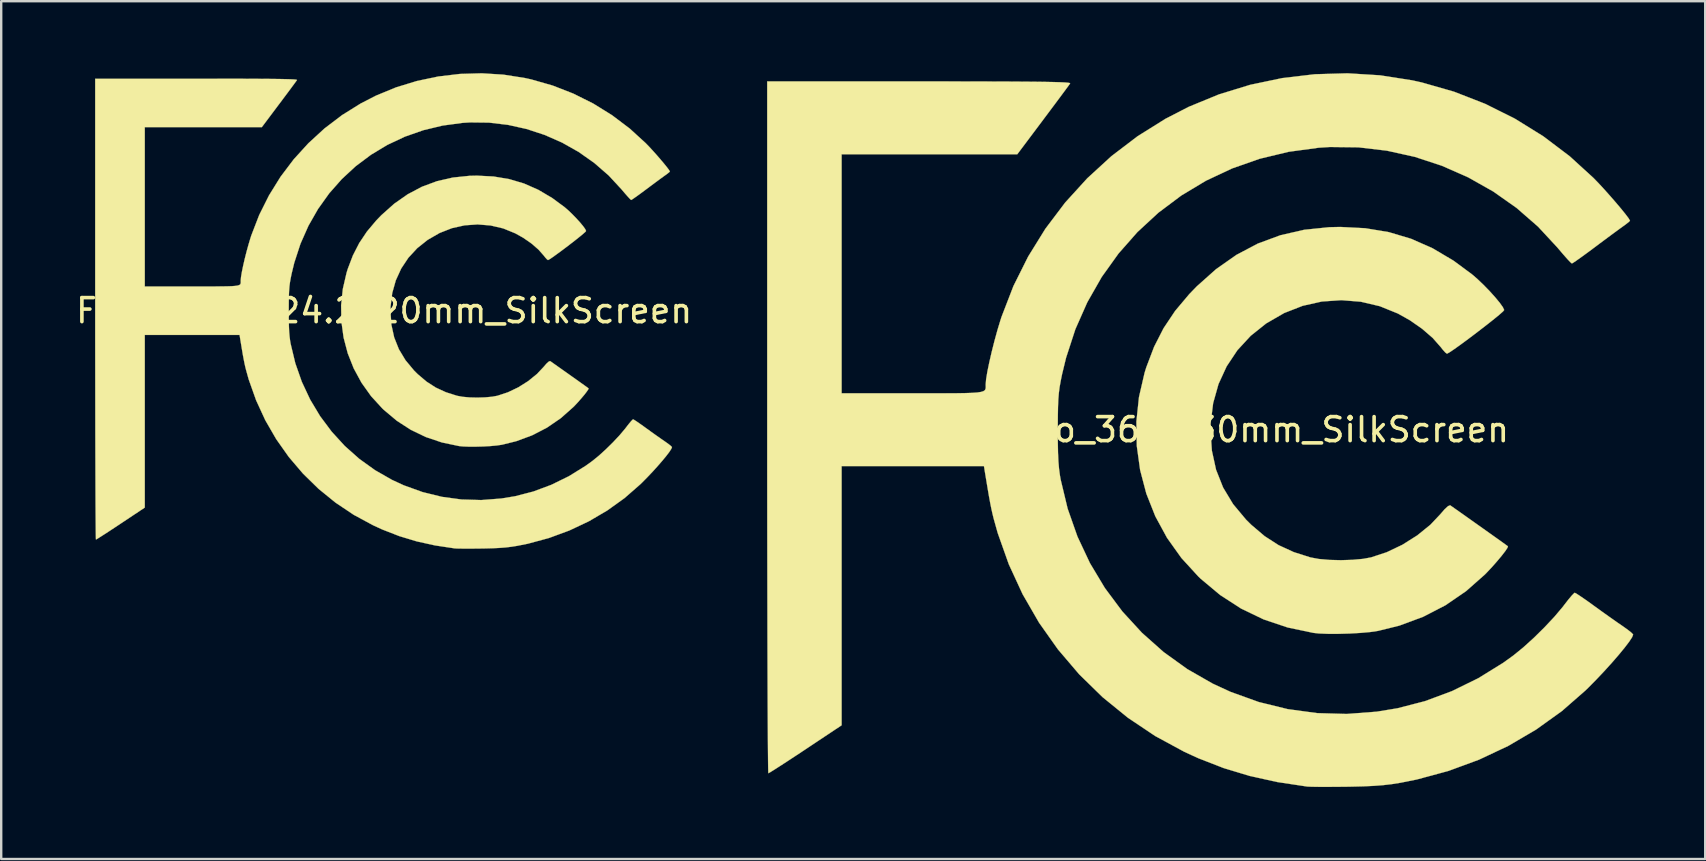
<source format=kicad_pcb>
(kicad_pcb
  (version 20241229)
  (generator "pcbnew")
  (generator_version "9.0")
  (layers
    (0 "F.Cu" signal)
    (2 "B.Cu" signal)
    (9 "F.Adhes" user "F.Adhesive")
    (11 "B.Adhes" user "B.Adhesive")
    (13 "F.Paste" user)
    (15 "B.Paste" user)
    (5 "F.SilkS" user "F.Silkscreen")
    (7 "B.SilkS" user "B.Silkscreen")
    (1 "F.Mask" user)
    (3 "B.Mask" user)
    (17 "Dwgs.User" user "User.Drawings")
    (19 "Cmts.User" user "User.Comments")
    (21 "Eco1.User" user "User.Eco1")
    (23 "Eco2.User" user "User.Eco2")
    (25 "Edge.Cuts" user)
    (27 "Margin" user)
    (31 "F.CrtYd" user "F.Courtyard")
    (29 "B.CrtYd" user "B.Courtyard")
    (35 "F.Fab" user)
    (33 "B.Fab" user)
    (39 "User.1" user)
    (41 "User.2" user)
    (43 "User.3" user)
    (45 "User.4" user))
  (footprint "FCC-Logo_36.3x30mm_SilkScreen"
    (layer "F.Cu")
    (at 46.999 14.857)
    (property "Reference" "FCC-Logo_36.3x30mm_SilkScreen" (at 0 0 0) (layer "F.SilkS") (effects (font (size 1 1) (thickness 0.15))))
    (attr exclude_from_pos_files exclude_from_bom allow_missing_courtyard)
    (fp_poly (pts (xy 6.844 -8.396) (xy 7.823 -8.234) (xy 8.754 -7.957) (xy 9.65 -7.562) (xy 10.524 -7.044) (xy 11.294 -6.475) (xy 11.529 -6.271) (xy 11.781 -6.03) (xy 12.031 -5.773) (xy 12.259 -5.519) (xy 12.448 -5.291) (xy 12.579 -5.108) (xy 12.634 -4.992) (xy 12.634 -4.985) (xy 12.584 -4.925) (xy 12.445 -4.802) (xy 12.236 -4.63) (xy 11.976 -4.423) (xy 11.682 -4.195) (xy 11.374 -3.959) (xy 11.07 -3.731) (xy 10.789 -3.524) (xy 10.548 -3.353) (xy 10.366 -3.23) (xy 10.263 -3.172) (xy 10.25 -3.168) (xy 10.181 -3.218) (xy 10.069 -3.344) (xy 9.995 -3.439) (xy 9.656 -3.824) (xy 9.215 -4.206) (xy 8.7 -4.564) (xy 8.206 -4.841) (xy 7.451 -5.147) (xy 6.66 -5.333) (xy 5.85 -5.398) (xy 5.037 -5.342) (xy 4.24 -5.164) (xy 3.474 -4.865) (xy 3.467 -4.862) (xy 2.72 -4.431) (xy 2.069 -3.911) (xy 1.516 -3.311) (xy 1.069 -2.639) (xy 0.73 -1.902) (xy 0.507 -1.109) (xy 0.403 -0.268) (xy 0.396 0.02) (xy 0.454 0.874) (xy 0.628 1.669) (xy 0.922 2.41) (xy 1.337 3.1) (xy 1.876 3.746) (xy 2.096 3.964) (xy 2.654 4.437) (xy 3.232 4.81) (xy 3.866 5.101) (xy 4.56 5.322) (xy 4.91 5.387) (xy 5.347 5.426) (xy 5.827 5.438) (xy 6.31 5.423) (xy 6.752 5.383) (xy 7.085 5.322) (xy 7.742 5.106) (xy 8.395 4.794) (xy 9.012 4.405) (xy 9.56 3.961) (xy 9.97 3.527) (xy 10.154 3.315) (xy 10.296 3.186) (xy 10.382 3.15) (xy 10.387 3.152) (xy 10.454 3.199) (xy 10.61 3.309) (xy 10.835 3.467) (xy 11.109 3.661) (xy 11.413 3.877) (xy 11.728 4.1) (xy 12.035 4.318) (xy 12.314 4.516) (xy 12.545 4.681) (xy 12.71 4.8) (xy 12.79 4.857) (xy 12.792 4.859) (xy 12.773 4.921) (xy 12.68 5.06) (xy 12.531 5.253) (xy 12.341 5.48) (xy 12.129 5.721) (xy 11.909 5.955) (xy 11.835 6.031) (xy 11.049 6.726) (xy 10.187 7.317) (xy 9.255 7.798) (xy 8.264 8.165) (xy 7.373 8.385) (xy 7.053 8.432) (xy 6.648 8.468) (xy 6.195 8.494) (xy 5.731 8.507) (xy 5.293 8.507) (xy 4.919 8.492) (xy 4.684 8.467) (xy 3.612 8.242) (xy 2.609 7.905) (xy 1.673 7.455) (xy 0.798 6.889) (xy -0.017 6.207) (xy -0.109 6.119) (xy -0.816 5.346) (xy -1.416 4.505) (xy -1.904 3.607) (xy -2.278 2.663) (xy -2.536 1.683) (xy -2.675 0.679) (xy -2.692 -0.34) (xy -2.584 -1.361) (xy -2.349 -2.376) (xy -2.278 -2.604) (xy -1.954 -3.455) (xy -1.56 -4.228) (xy -1.078 -4.949) (xy -0.491 -5.647) (xy -0.174 -5.975) (xy 0.631 -6.693) (xy 1.477 -7.286) (xy 2.368 -7.756) (xy 3.308 -8.103) (xy 4.3 -8.331) (xy 5.348 -8.439) (xy 5.806 -8.449) (xy 6.844 -8.396)) (stroke (width 0.01) (type solid)) (fill yes) (layer "F.SilkS"))
    (fp_poly (pts (xy 7.463 -14.768) (xy 8.798 -14.56) (xy 9.203 -14.47) (xy 10.544 -14.086) (xy 11.84 -13.581) (xy 13.083 -12.961) (xy 14.261 -12.23) (xy 15.366 -11.395) (xy 16.359 -10.489) (xy 16.571 -10.27) (xy 16.809 -10.012) (xy 17.056 -9.735) (xy 17.297 -9.458) (xy 17.516 -9.198) (xy 17.696 -8.975) (xy 17.821 -8.809) (xy 17.876 -8.716) (xy 17.878 -8.709) (xy 17.827 -8.656) (xy 17.7 -8.556) (xy 17.597 -8.482) (xy 17.45 -8.376) (xy 17.222 -8.209) (xy 16.938 -7.999) (xy 16.623 -7.765) (xy 16.413 -7.607) (xy 16.113 -7.384) (xy 15.849 -7.192) (xy 15.639 -7.043) (xy 15.502 -6.951) (xy 15.456 -6.927) (xy 15.397 -6.975) (xy 15.272 -7.107) (xy 15.099 -7.302) (xy 14.894 -7.543) (xy 14.854 -7.591) (xy 14.047 -8.461) (xy 13.151 -9.242) (xy 12.177 -9.928) (xy 11.137 -10.515) (xy 10.044 -10.997) (xy 8.91 -11.37) (xy 7.745 -11.628) (xy 6.563 -11.767) (xy 5.375 -11.781) (xy 4.911 -11.752) (xy 3.656 -11.582) (xy 2.449 -11.292) (xy 1.297 -10.888) (xy 0.205 -10.375) (xy -0.82 -9.759) (xy -1.773 -9.045) (xy -2.647 -8.238) (xy -3.436 -7.343) (xy -4.135 -6.367) (xy -4.736 -5.314) (xy -5.234 -4.19) (xy -5.622 -3) (xy -5.789 -2.313) (xy -5.848 -2.022) (xy -5.893 -1.769) (xy -5.924 -1.524) (xy -5.946 -1.26) (xy -5.958 -0.95) (xy -5.965 -0.566) (xy -5.968 -0.079) (xy -5.968 -0.033) (xy -5.966 0.514) (xy -5.958 0.954) (xy -5.942 1.315) (xy -5.916 1.621) (xy -5.879 1.899) (xy -5.848 2.078) (xy -5.557 3.29) (xy -5.148 4.453) (xy -4.628 5.559) (xy -4.003 6.601) (xy -3.279 7.572) (xy -2.462 8.462) (xy -1.558 9.266) (xy -0.573 9.975) (xy 0.486 10.581) (xy 1.231 10.925) (xy 2.412 11.35) (xy 3.615 11.645) (xy 4.838 11.811) (xy 6.075 11.846) (xy 7.322 11.751) (xy 8.192 11.608) (xy 9.336 11.312) (xy 10.464 10.892) (xy 11.557 10.356) (xy 12.599 9.711) (xy 13.019 9.408) (xy 13.427 9.076) (xy 13.87 8.675) (xy 14.314 8.237) (xy 14.726 7.798) (xy 15.071 7.39) (xy 15.144 7.294) (xy 15.312 7.078) (xy 15.454 6.909) (xy 15.55 6.811) (xy 15.576 6.795) (xy 15.647 6.832) (xy 15.803 6.934) (xy 16.023 7.085) (xy 16.287 7.273) (xy 16.378 7.34) (xy 16.698 7.571) (xy 17.025 7.804) (xy 17.323 8.014) (xy 17.555 8.173) (xy 17.566 8.181) (xy 17.771 8.326) (xy 17.927 8.449) (xy 18.004 8.527) (xy 18.009 8.538) (xy 17.967 8.647) (xy 17.844 8.834) (xy 17.654 9.084) (xy 17.409 9.382) (xy 17.123 9.712) (xy 16.808 10.06) (xy 16.477 10.41) (xy 16.144 10.748) (xy 16.024 10.865) (xy 15.039 11.726) (xy 13.964 12.497) (xy 12.81 13.174) (xy 11.588 13.75) (xy 10.312 14.22) (xy 8.992 14.577) (xy 8.313 14.713) (xy 7.954 14.77) (xy 7.595 14.812) (xy 7.204 14.842) (xy 6.749 14.863) (xy 6.2 14.876) (xy 6.07 14.878) (xy 5.635 14.882) (xy 5.232 14.884) (xy 4.884 14.883) (xy 4.614 14.879) (xy 4.447 14.872) (xy 4.42 14.87) (xy 3.184 14.684) (xy 2.036 14.431) (xy 0.947 14.102) (xy -0.112 13.69) (xy -0.693 13.424) (xy -1.904 12.768) (xy -3.043 12.006) (xy -4.103 11.144) (xy -5.078 10.191) (xy -5.962 9.154) (xy -6.75 8.039) (xy -7.434 6.854) (xy -8.01 5.606) (xy -8.472 4.303) (xy -8.642 3.695) (xy -8.69 3.498) (xy -8.736 3.293) (xy -8.783 3.058) (xy -8.836 2.77) (xy -8.898 2.406) (xy -8.975 1.943) (xy -9.01 1.732) (xy -9.044 1.517) (xy -14.976 1.517) (xy -14.976 12.317) (xy -16.478 13.317) (xy -16.874 13.579) (xy -17.235 13.816) (xy -17.545 14.017) (xy -17.79 14.174) (xy -17.956 14.277) (xy -18.028 14.316) (xy -18.029 14.316) (xy -18.033 14.251) (xy -18.038 14.06) (xy -18.042 13.749) (xy -18.046 13.325) (xy -18.05 12.792) (xy -18.054 12.156) (xy -18.058 11.425) (xy -18.061 10.604) (xy -18.064 9.698) (xy -18.067 8.715) (xy -18.069 7.659) (xy -18.071 6.537) (xy -18.073 5.355) (xy -18.075 4.118) (xy -18.076 2.833) (xy -18.077 1.506) (xy -18.077 0.143) (xy -18.077 -0.099) (xy -18.077 -14.514) (xy -11.739 -14.514) (xy -10.648 -14.514) (xy -9.682 -14.513) (xy -8.834 -14.511) (xy -8.099 -14.509) (xy -7.47 -14.505) (xy -6.939 -14.501) (xy -6.501 -14.495) (xy -6.15 -14.488) (xy -5.877 -14.48) (xy -5.678 -14.471) (xy -5.545 -14.46) (xy -5.471 -14.447) (xy -5.451 -14.433) (xy -5.452 -14.432) (xy -5.503 -14.359) (xy -5.623 -14.195) (xy -5.801 -13.955) (xy -6.025 -13.654) (xy -6.286 -13.305) (xy -6.572 -12.923) (xy -6.578 -12.914) (xy -7.655 -11.479) (xy -14.976 -11.479) (xy -14.976 -1.517) (xy -12.014 -1.517) (xy -11.301 -1.517) (xy -10.709 -1.517) (xy -10.226 -1.519) (xy -9.842 -1.525) (xy -9.544 -1.535) (xy -9.324 -1.55) (xy -9.168 -1.574) (xy -9.065 -1.606) (xy -9.006 -1.648) (xy -8.978 -1.701) (xy -8.97 -1.768) (xy -8.972 -1.848) (xy -8.972 -1.894) (xy -8.954 -2.107) (xy -8.902 -2.421) (xy -8.822 -2.808) (xy -8.722 -3.242) (xy -8.607 -3.697) (xy -8.483 -4.148) (xy -8.356 -4.567) (xy -8.311 -4.706) (xy -7.815 -5.989) (xy -7.203 -7.214) (xy -6.483 -8.376) (xy -5.659 -9.466) (xy -4.74 -10.476) (xy -3.732 -11.4) (xy -2.641 -12.231) (xy -1.474 -12.96) (xy -0.505 -13.458) (xy 0.75 -13.974) (xy 2.052 -14.373) (xy 3.388 -14.653) (xy 4.744 -14.813) (xy 6.107 -14.852) (xy 7.463 -14.768)) (stroke (width 0.01) (type solid)) (fill yes) (layer "F.SilkS")))
  (footprint "FCC-Logo_24.2x20mm_SilkScreen"
    (layer "F.Cu")
    (at 12.958 9.898)
    (property "Reference" "FCC-Logo_24.2x20mm_SilkScreen" (at 0 0 0) (layer "F.SilkS") (effects (font (size 1 1) (thickness 0.15))))
    (attr exclude_from_pos_files exclude_from_bom allow_missing_courtyard)
    (fp_poly (pts (xy 4.559 -5.593) (xy 5.211 -5.484) (xy 5.831 -5.3) (xy 6.427 -5.037) (xy 7.01 -4.692) (xy 7.523 -4.313) (xy 7.68 -4.177) (xy 7.847 -4.016) (xy 8.013 -3.845) (xy 8.166 -3.676) (xy 8.292 -3.524) (xy 8.379 -3.403) (xy 8.415 -3.325) (xy 8.415 -3.321) (xy 8.382 -3.281) (xy 8.289 -3.199) (xy 8.15 -3.084) (xy 7.977 -2.946) (xy 7.781 -2.794) (xy 7.576 -2.637) (xy 7.374 -2.485) (xy 7.186 -2.348) (xy 7.026 -2.233) (xy 6.905 -2.152) (xy 6.836 -2.113) (xy 6.827 -2.11) (xy 6.782 -2.144) (xy 6.707 -2.227) (xy 6.658 -2.291) (xy 6.432 -2.547) (xy 6.138 -2.802) (xy 5.795 -3.04) (xy 5.466 -3.224) (xy 4.963 -3.429) (xy 4.436 -3.552) (xy 3.896 -3.596) (xy 3.355 -3.558) (xy 2.824 -3.44) (xy 2.314 -3.24) (xy 2.309 -3.238) (xy 1.812 -2.951) (xy 1.378 -2.605) (xy 1.01 -2.206) (xy 0.712 -1.758) (xy 0.487 -1.267) (xy 0.338 -0.739) (xy 0.269 -0.178) (xy 0.264 0.013) (xy 0.302 0.582) (xy 0.418 1.112) (xy 0.614 1.605) (xy 0.891 2.065) (xy 1.249 2.495) (xy 1.396 2.641) (xy 1.768 2.956) (xy 2.153 3.204) (xy 2.575 3.398) (xy 3.037 3.545) (xy 3.27 3.588) (xy 3.561 3.614) (xy 3.882 3.622) (xy 4.203 3.612) (xy 4.497 3.585) (xy 4.719 3.545) (xy 5.157 3.401) (xy 5.592 3.193) (xy 6.003 2.934) (xy 6.368 2.638) (xy 6.641 2.349) (xy 6.763 2.208) (xy 6.858 2.122) (xy 6.915 2.098) (xy 6.919 2.1) (xy 6.964 2.131) (xy 7.067 2.204) (xy 7.217 2.31) (xy 7.4 2.439) (xy 7.602 2.582) (xy 7.812 2.731) (xy 8.016 2.876) (xy 8.202 3.008) (xy 8.356 3.118) (xy 8.466 3.197) (xy 8.519 3.235) (xy 8.52 3.236) (xy 8.508 3.278) (xy 8.446 3.37) (xy 8.347 3.499) (xy 8.22 3.65) (xy 8.079 3.811) (xy 7.933 3.967) (xy 7.883 4.017) (xy 7.36 4.48) (xy 6.785 4.874) (xy 6.165 5.194) (xy 5.505 5.438) (xy 4.911 5.585) (xy 4.698 5.616) (xy 4.428 5.641) (xy 4.126 5.658) (xy 3.817 5.666) (xy 3.526 5.666) (xy 3.276 5.656) (xy 3.12 5.64) (xy 2.406 5.49) (xy 1.738 5.265) (xy 1.114 4.965) (xy 0.532 4.589) (xy -0.011 4.134) (xy -0.072 4.076) (xy -0.544 3.561) (xy -0.943 3.001) (xy -1.268 2.402) (xy -1.517 1.774) (xy -1.689 1.121) (xy -1.781 0.452) (xy -1.793 -0.226) (xy -1.721 -0.907) (xy -1.565 -1.582) (xy -1.518 -1.735) (xy -1.302 -2.302) (xy -1.039 -2.816) (xy -0.718 -3.296) (xy -0.327 -3.761) (xy -0.116 -3.98) (xy 0.42 -4.458) (xy 0.984 -4.853) (xy 1.577 -5.166) (xy 2.203 -5.398) (xy 2.864 -5.549) (xy 3.562 -5.621) (xy 3.867 -5.628) (xy 4.559 -5.593)) (stroke (width 0.01) (type solid)) (fill yes) (layer "F.SilkS"))
    (fp_poly (pts (xy 4.971 -9.837) (xy 5.86 -9.698) (xy 6.13 -9.638) (xy 7.023 -9.383) (xy 7.887 -9.046) (xy 8.714 -8.633) (xy 9.499 -8.146) (xy 10.235 -7.59) (xy 10.897 -6.986) (xy 11.038 -6.841) (xy 11.196 -6.669) (xy 11.361 -6.485) (xy 11.521 -6.3) (xy 11.667 -6.127) (xy 11.787 -5.978) (xy 11.871 -5.867) (xy 11.907 -5.806) (xy 11.908 -5.801) (xy 11.875 -5.766) (xy 11.79 -5.699) (xy 11.721 -5.649) (xy 11.623 -5.579) (xy 11.471 -5.468) (xy 11.282 -5.328) (xy 11.072 -5.172) (xy 10.932 -5.067) (xy 10.733 -4.919) (xy 10.557 -4.791) (xy 10.417 -4.692) (xy 10.325 -4.63) (xy 10.295 -4.614) (xy 10.256 -4.646) (xy 10.173 -4.734) (xy 10.057 -4.864) (xy 9.921 -5.024) (xy 9.894 -5.056) (xy 9.357 -5.636) (xy 8.759 -6.156) (xy 8.111 -6.613) (xy 7.419 -7.004) (xy 6.69 -7.325) (xy 5.935 -7.573) (xy 5.159 -7.745) (xy 4.371 -7.838) (xy 3.58 -7.847) (xy 3.271 -7.828) (xy 2.435 -7.715) (xy 1.632 -7.522) (xy 0.864 -7.253) (xy 0.137 -6.911) (xy -0.546 -6.5) (xy -1.181 -6.025) (xy -1.763 -5.487) (xy -2.289 -4.891) (xy -2.754 -4.241) (xy -3.154 -3.54) (xy -3.486 -2.791) (xy -3.745 -1.998) (xy -3.856 -1.541) (xy -3.895 -1.347) (xy -3.925 -1.178) (xy -3.946 -1.015) (xy -3.96 -0.839) (xy -3.969 -0.633) (xy -3.973 -0.377) (xy -3.975 -0.053) (xy -3.975 -0.022) (xy -3.974 0.342) (xy -3.968 0.636) (xy -3.958 0.876) (xy -3.94 1.08) (xy -3.916 1.265) (xy -3.895 1.384) (xy -3.701 2.191) (xy -3.429 2.966) (xy -3.083 3.703) (xy -2.667 4.397) (xy -2.184 5.043) (xy -1.64 5.637) (xy -1.038 6.172) (xy -0.382 6.644) (xy 0.324 7.048) (xy 0.82 7.277) (xy 1.606 7.56) (xy 2.408 7.757) (xy 3.223 7.867) (xy 4.047 7.891) (xy 4.877 7.827) (xy 5.456 7.732) (xy 6.219 7.535) (xy 6.97 7.255) (xy 7.698 6.898) (xy 8.392 6.468) (xy 8.672 6.267) (xy 8.944 6.046) (xy 9.239 5.778) (xy 9.535 5.487) (xy 9.809 5.194) (xy 10.039 4.922) (xy 10.087 4.859) (xy 10.199 4.715) (xy 10.294 4.602) (xy 10.358 4.537) (xy 10.375 4.526) (xy 10.422 4.551) (xy 10.526 4.618) (xy 10.673 4.72) (xy 10.849 4.845) (xy 10.909 4.889) (xy 11.122 5.043) (xy 11.34 5.198) (xy 11.539 5.338) (xy 11.693 5.444) (xy 11.7 5.449) (xy 11.837 5.546) (xy 11.941 5.628) (xy 11.993 5.68) (xy 11.995 5.687) (xy 11.967 5.759) (xy 11.886 5.884) (xy 11.759 6.051) (xy 11.596 6.249) (xy 11.405 6.469) (xy 11.196 6.701) (xy 10.975 6.934) (xy 10.753 7.159) (xy 10.673 7.237) (xy 10.017 7.81) (xy 9.301 8.324) (xy 8.532 8.775) (xy 7.719 9.159) (xy 6.869 9.472) (xy 5.989 9.71) (xy 5.537 9.8) (xy 5.298 9.838) (xy 5.059 9.866) (xy 4.798 9.886) (xy 4.495 9.9) (xy 4.13 9.909) (xy 4.043 9.91) (xy 3.753 9.913) (xy 3.485 9.914) (xy 3.253 9.913) (xy 3.074 9.911) (xy 2.962 9.906) (xy 2.944 9.905) (xy 2.121 9.781) (xy 1.356 9.612) (xy 0.631 9.393) (xy -0.075 9.118) (xy -0.461 8.941) (xy -1.269 8.505) (xy -2.027 7.997) (xy -2.733 7.423) (xy -3.382 6.788) (xy -3.971 6.097) (xy -4.496 5.354) (xy -4.952 4.565) (xy -5.335 3.734) (xy -5.643 2.866) (xy -5.756 2.461) (xy -5.789 2.33) (xy -5.819 2.193) (xy -5.85 2.037) (xy -5.886 1.845) (xy -5.927 1.602) (xy -5.978 1.294) (xy -6.001 1.154) (xy -6.024 1.011) (xy -9.975 1.011) (xy -9.975 8.204) (xy -10.976 8.87) (xy -11.24 9.045) (xy -11.48 9.203) (xy -11.687 9.337) (xy -11.85 9.441) (xy -11.96 9.51) (xy -12.008 9.536) (xy -12.009 9.536) (xy -12.012 9.493) (xy -12.015 9.366) (xy -12.018 9.158) (xy -12.02 8.875) (xy -12.023 8.52) (xy -12.026 8.097) (xy -12.028 7.61) (xy -12.03 7.063) (xy -12.032 6.46) (xy -12.034 5.805) (xy -12.036 5.102) (xy -12.037 4.354) (xy -12.038 3.567) (xy -12.039 2.743) (xy -12.04 1.887) (xy -12.041 1.003) (xy -12.041 0.095) (xy -12.041 -0.066) (xy -12.041 -9.668) (xy -7.82 -9.668) (xy -7.092 -9.668) (xy -6.449 -9.667) (xy -5.884 -9.666) (xy -5.395 -9.664) (xy -4.975 -9.662) (xy -4.622 -9.659) (xy -4.331 -9.655) (xy -4.096 -9.65) (xy -3.915 -9.645) (xy -3.782 -9.639) (xy -3.693 -9.632) (xy -3.644 -9.623) (xy -3.631 -9.614) (xy -3.631 -9.613) (xy -3.666 -9.564) (xy -3.746 -9.455) (xy -3.864 -9.295) (xy -4.013 -9.094) (xy -4.187 -8.862) (xy -4.377 -8.608) (xy -4.382 -8.602) (xy -5.099 -7.646) (xy -9.975 -7.646) (xy -9.975 -1.011) (xy -8.003 -1.011) (xy -7.528 -1.011) (xy -7.133 -1.011) (xy -6.811 -1.012) (xy -6.555 -1.016) (xy -6.357 -1.022) (xy -6.21 -1.033) (xy -6.106 -1.048) (xy -6.038 -1.069) (xy -5.999 -1.097) (xy -5.98 -1.133) (xy -5.975 -1.177) (xy -5.976 -1.231) (xy -5.976 -1.261) (xy -5.964 -1.404) (xy -5.929 -1.612) (xy -5.876 -1.87) (xy -5.81 -2.159) (xy -5.733 -2.463) (xy -5.65 -2.763) (xy -5.566 -3.042) (xy -5.536 -3.135) (xy -5.206 -3.989) (xy -4.798 -4.805) (xy -4.318 -5.579) (xy -3.77 -6.305) (xy -3.157 -6.978) (xy -2.486 -7.594) (xy -1.759 -8.147) (xy -0.982 -8.632) (xy -0.336 -8.964) (xy 0.499 -9.308) (xy 1.367 -9.573) (xy 2.257 -9.76) (xy 3.16 -9.867) (xy 4.068 -9.893) (xy 4.971 -9.837)) (stroke (width 0.01) (type solid)) (fill yes) (layer "F.SilkS")))
  (gr_rect
    (start -3 -3)
    (end 68.012 32.746)
    (stroke (width 0.1) (type default))
    (fill no)
    (layer "Edge.Cuts")))
</source>
